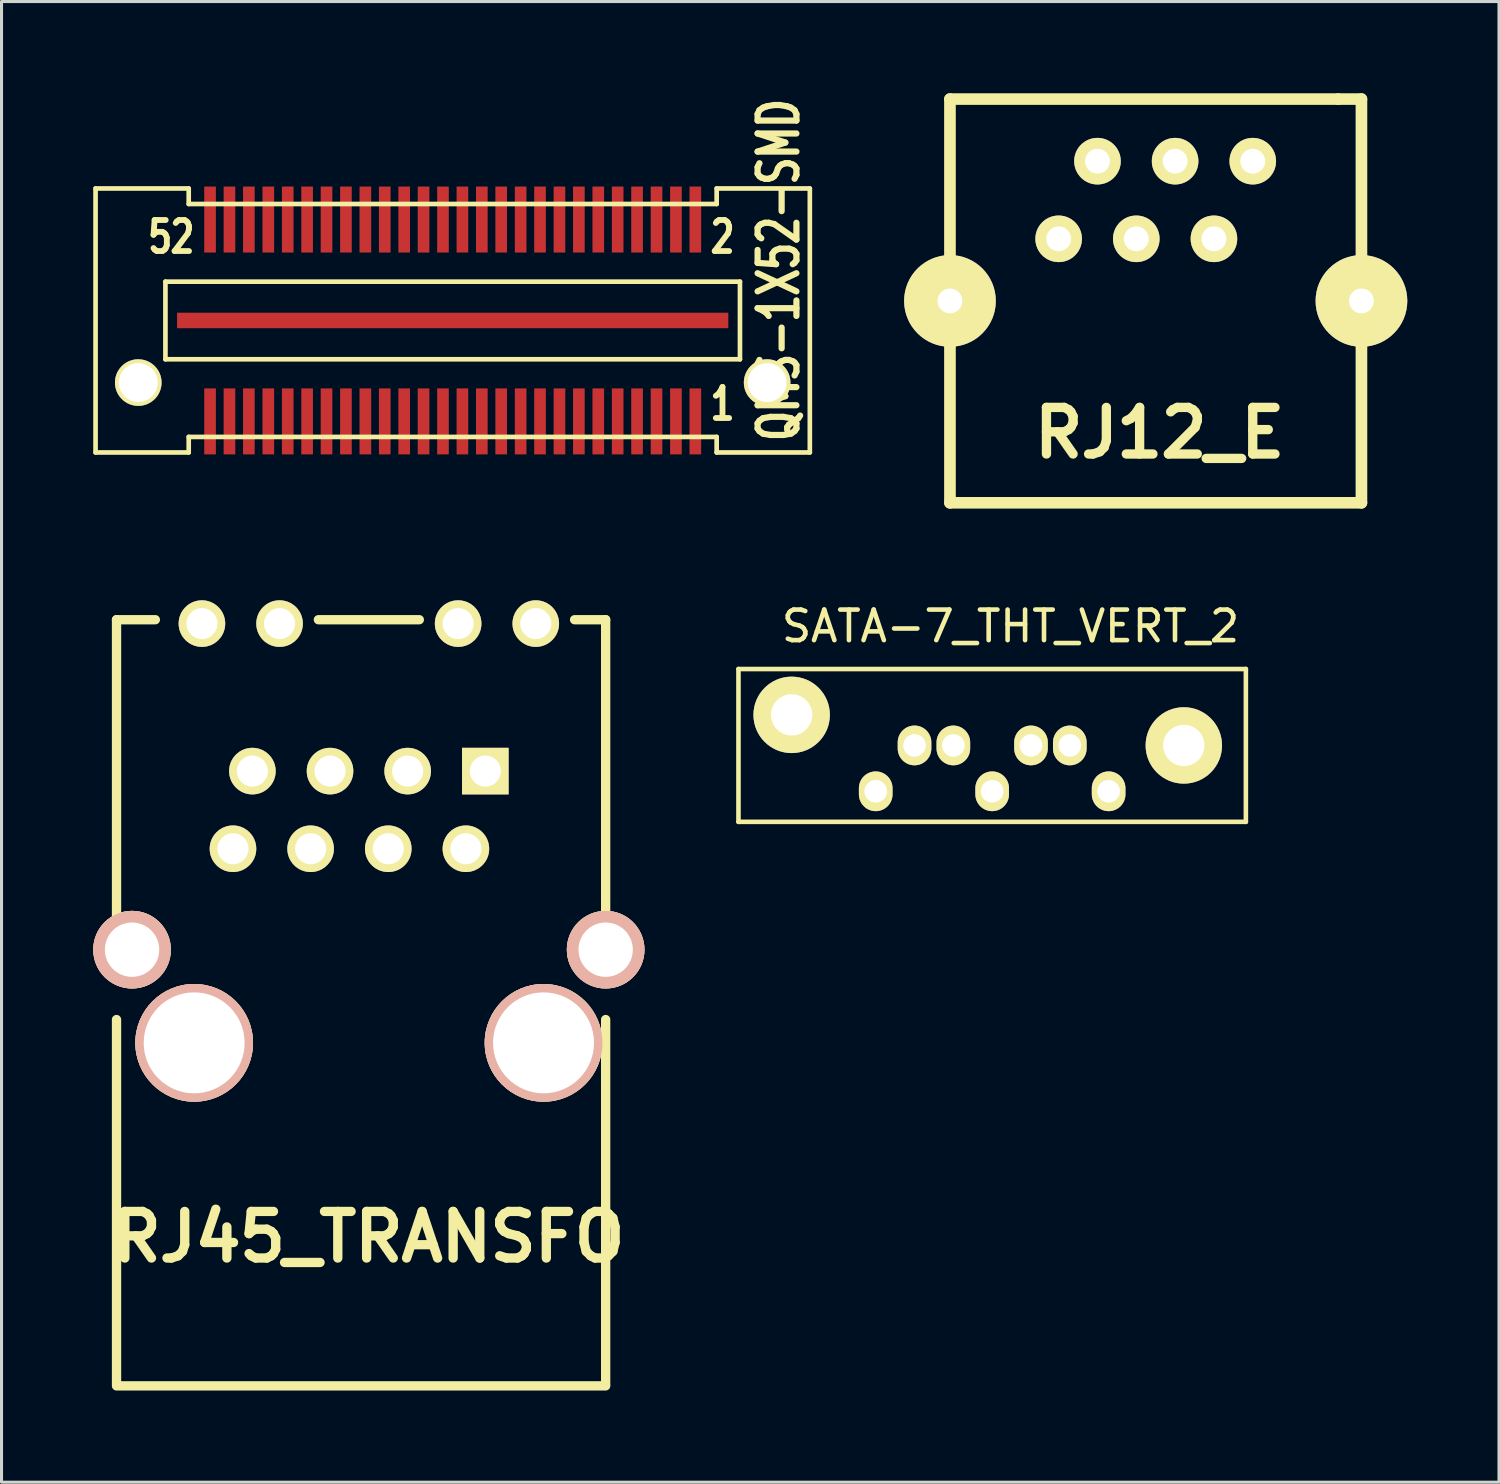
<source format=kicad_pcb>
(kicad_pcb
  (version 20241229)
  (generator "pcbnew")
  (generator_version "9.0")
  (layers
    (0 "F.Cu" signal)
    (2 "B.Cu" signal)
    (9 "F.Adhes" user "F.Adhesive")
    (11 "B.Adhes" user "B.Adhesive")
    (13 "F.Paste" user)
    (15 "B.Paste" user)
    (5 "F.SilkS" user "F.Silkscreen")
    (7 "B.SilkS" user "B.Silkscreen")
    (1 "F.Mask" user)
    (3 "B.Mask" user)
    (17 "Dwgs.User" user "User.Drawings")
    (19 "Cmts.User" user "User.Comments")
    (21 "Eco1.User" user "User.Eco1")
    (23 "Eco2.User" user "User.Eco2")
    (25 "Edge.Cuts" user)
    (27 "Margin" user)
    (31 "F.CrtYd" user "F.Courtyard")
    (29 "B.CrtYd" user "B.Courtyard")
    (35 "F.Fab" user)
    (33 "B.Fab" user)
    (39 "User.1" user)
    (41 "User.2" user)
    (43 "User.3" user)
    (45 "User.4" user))
  (footprint "RJ45_TRANSFO"
    (layer "F.Cu")
    (at 12.827 22.177)
    (property "Reference" "RJ45_TRANSFO" (at -3.81 15.24 0) (layer "F.SilkS") (effects (font (size 1.524 1.524) (thickness 0.305))))
    (attr through_hole)
    (fp_line (start -12.065 -4.953) (end -10.795 -4.953) (stroke (width 0.305) (type solid)) (layer "F.SilkS"))
    (fp_line (start -12.065 4.953) (end -12.065 -4.953) (stroke (width 0.305) (type solid)) (layer "F.SilkS"))
    (fp_line (start -12.065 20.066) (end -12.065 8.128) (stroke (width 0.305) (type solid)) (layer "F.SilkS"))
    (fp_line (start -12.065 20.112) (end 3.937 20.112) (stroke (width 0.305) (type solid)) (layer "F.SilkS"))
    (fp_line (start -5.461 -4.953) (end -2.159 -4.953) (stroke (width 0.305) (type solid)) (layer "F.SilkS"))
    (fp_line (start 3.937 -4.953) (end 2.921 -4.953) (stroke (width 0.305) (type solid)) (layer "F.SilkS"))
    (fp_line (start 3.937 4.953) (end 3.937 -4.953) (stroke (width 0.305) (type solid)) (layer "F.SilkS"))
    (fp_line (start 3.937 20.066) (end 3.937 8.128) (stroke (width 0.305) (type solid)) (layer "F.SilkS"))
    (pad "1" thru_hole rect (at 0 0) (size 1.524 1.524) (drill 1.016) (layers "*.Cu" "*.Mask" "F.SilkS"))
    (pad "2" thru_hole circle (at -0.635 2.54) (size 1.524 1.524) (drill 1.016) (layers "*.Cu" "*.Mask" "F.SilkS"))
    (pad "3" thru_hole circle (at -2.54 0) (size 1.524 1.524) (drill 1.016) (layers "*.Cu" "*.Mask" "F.SilkS"))
    (pad "4" thru_hole circle (at -3.175 2.54) (size 1.524 1.524) (drill 1.016) (layers "*.Cu" "*.Mask" "F.SilkS"))
    (pad "5" thru_hole circle (at -5.08 0) (size 1.524 1.524) (drill 1.016) (layers "*.Cu" "*.Mask" "F.SilkS"))
    (pad "6" thru_hole circle (at -5.715 2.54) (size 1.524 1.524) (drill 1.016) (layers "*.Cu" "*.Mask" "F.SilkS"))
    (pad "7" thru_hole circle (at -7.62 0) (size 1.524 1.524) (drill 1.016) (layers "*.Cu" "*.Mask" "F.SilkS"))
    (pad "8" thru_hole circle (at -8.255 2.54) (size 1.524 1.524) (drill 1.016) (layers "*.Cu" "*.Mask" "F.SilkS"))
    (pad "13" thru_hole circle (at -11.557 5.842) (size 2.54 2.54) (drill 1.778) (layers "*.Cu" "*.SilkS" "*.Mask"))
    (pad "13" thru_hole circle (at 3.937 5.842) (size 2.54 2.54) (drill 1.778) (layers "*.Cu" "*.SilkS" "*.Mask"))
    (pad "GA" thru_hole circle (at -0.889 -4.826) (size 1.524 1.524) (drill 1.016) (layers "*.Cu" "*.Mask" "F.SilkS"))
    (pad "GK" thru_hole circle (at 1.651 -4.826) (size 1.524 1.524) (drill 1.016) (layers "*.Cu" "*.Mask" "F.SilkS"))
    (pad "Hole" thru_hole circle (at -9.525 8.89) (size 3.851 3.851) (drill 3.302) (layers "*.Cu" "*.SilkS" "*.Mask"))
    (pad "Hole" thru_hole circle (at 1.905 8.89) (size 3.851 3.851) (drill 3.302) (layers "*.Cu" "*.SilkS" "*.Mask"))
    (pad "YA" thru_hole circle (at -9.271 -4.826) (size 1.524 1.524) (drill 1.016) (layers "*.Cu" "*.Mask" "F.SilkS"))
    (pad "YK" thru_hole circle (at -6.731 -4.826) (size 1.524 1.524) (drill 1.016) (layers "*.Cu" "*.Mask" "F.SilkS")))
  (footprint "QMS-1X52-SMD"
    (layer "F.Cu")
    (at 11.76 7.434)
    (property "Reference" "QMS-1X52-SMD" (at 10.668 -1.651 90) (layer "F.SilkS") (effects (font (size 1.27 0.889) (thickness 0.203))))
    (attr smd)
    (fp_line (start -11.684 4.318) (end -11.684 -4.318) (stroke (width 0.152) (type solid)) (layer "F.SilkS"))
    (fp_line (start -9.398 -1.27) (end 9.398 -1.27) (stroke (width 0.152) (type solid)) (layer "F.SilkS"))
    (fp_line (start -9.398 1.27) (end -9.398 -1.27) (stroke (width 0.152) (type solid)) (layer "F.SilkS"))
    (fp_line (start -8.636 -4.318) (end -11.684 -4.318) (stroke (width 0.152) (type solid)) (layer "F.SilkS"))
    (fp_line (start -8.636 -4.318) (end -8.636 -3.81) (stroke (width 0.152) (type solid)) (layer "F.SilkS"))
    (fp_line (start -8.636 -3.81) (end 8.636 -3.81) (stroke (width 0.152) (type solid)) (layer "F.SilkS"))
    (fp_line (start -8.636 3.81) (end -8.636 4.318) (stroke (width 0.152) (type solid)) (layer "F.SilkS"))
    (fp_line (start -8.636 4.318) (end -11.684 4.318) (stroke (width 0.152) (type solid)) (layer "F.SilkS"))
    (fp_line (start 8.636 -4.318) (end 11.684 -4.318) (stroke (width 0.152) (type solid)) (layer "F.SilkS"))
    (fp_line (start 8.636 -3.81) (end 8.636 -4.318) (stroke (width 0.152) (type solid)) (layer "F.SilkS"))
    (fp_line (start 8.636 3.81) (end -8.636 3.81) (stroke (width 0.152) (type solid)) (layer "F.SilkS"))
    (fp_line (start 8.636 4.318) (end 8.636 3.81) (stroke (width 0.152) (type solid)) (layer "F.SilkS"))
    (fp_line (start 9.398 -1.27) (end 9.398 1.27) (stroke (width 0.152) (type solid)) (layer "F.SilkS"))
    (fp_line (start 9.398 1.27) (end -9.398 1.27) (stroke (width 0.152) (type solid)) (layer "F.SilkS"))
    (fp_line (start 11.684 -4.318) (end 11.684 4.318) (stroke (width 0.152) (type solid)) (layer "F.SilkS"))
    (fp_line (start 11.684 4.318) (end 8.636 4.318) (stroke (width 0.152) (type solid)) (layer "F.SilkS"))
    (fp_text user "2" (at 8.826 -2.731 0) (layer "F.SilkS") (effects (font (size 1.016 0.762) (thickness 0.191))))
    (fp_text user "52" (at -9.207 -2.731 0) (layer "F.SilkS") (effects (font (size 1.016 0.762) (thickness 0.191))))
    (fp_text user "1" (at 8.826 2.731 0) (layer "F.SilkS") (effects (font (size 1.016 0.762) (thickness 0.191))))
    (pad "" thru_hole circle (at -10.287 2.032) (size 1.524 1.524) (drill 1.27) (layers "*.Cu" "*.Mask" "F.SilkS"))
    (pad "" thru_hole circle (at 10.287 2.032) (size 1.524 1.524) (drill 1.27) (layers "*.Cu" "*.Mask" "F.SilkS"))
    (pad "1" smd rect (at 7.938 3.302) (size 0.381 2.159) (layers "F.Cu" "F.Mask" "F.Paste"))
    (pad "2" smd rect (at 7.938 -3.302) (size 0.381 2.159) (layers "F.Cu" "F.Mask" "F.Paste"))
    (pad "3" smd rect (at 7.303 3.302) (size 0.381 2.159) (layers "F.Cu" "F.Mask" "F.Paste"))
    (pad "4" smd rect (at 7.303 -3.302) (size 0.381 2.159) (layers "F.Cu" "F.Mask" "F.Paste"))
    (pad "5" smd rect (at 6.668 3.302) (size 0.381 2.159) (layers "F.Cu" "F.Mask" "F.Paste"))
    (pad "6" smd rect (at 6.668 -3.302) (size 0.381 2.159) (layers "F.Cu" "F.Mask" "F.Paste"))
    (pad "7" smd rect (at 6.032 3.302) (size 0.381 2.159) (layers "F.Cu" "F.Mask" "F.Paste"))
    (pad "8" smd rect (at 6.032 -3.302) (size 0.381 2.159) (layers "F.Cu" "F.Mask" "F.Paste"))
    (pad "9" smd rect (at 5.397 3.302) (size 0.381 2.159) (layers "F.Cu" "F.Mask" "F.Paste"))
    (pad "10" smd rect (at 5.397 -3.302) (size 0.381 2.159) (layers "F.Cu" "F.Mask" "F.Paste"))
    (pad "11" smd rect (at 4.763 3.302) (size 0.381 2.159) (layers "F.Cu" "F.Mask" "F.Paste"))
    (pad "12" smd rect (at 4.763 -3.302) (size 0.381 2.159) (layers "F.Cu" "F.Mask" "F.Paste"))
    (pad "13" smd rect (at 4.128 3.302) (size 0.381 2.159) (layers "F.Cu" "F.Mask" "F.Paste"))
    (pad "14" smd rect (at 4.128 -3.302) (size 0.381 2.159) (layers "F.Cu" "F.Mask" "F.Paste"))
    (pad "15" smd rect (at 3.493 3.302) (size 0.381 2.159) (layers "F.Cu" "F.Mask" "F.Paste"))
    (pad "16" smd rect (at 3.493 -3.302) (size 0.381 2.159) (layers "F.Cu" "F.Mask" "F.Paste"))
    (pad "17" smd rect (at 2.857 3.302) (size 0.381 2.159) (layers "F.Cu" "F.Mask" "F.Paste"))
    (pad "18" smd rect (at 2.857 -3.302) (size 0.381 2.159) (layers "F.Cu" "F.Mask" "F.Paste"))
    (pad "19" smd rect (at 2.223 3.302) (size 0.381 2.159) (layers "F.Cu" "F.Mask" "F.Paste"))
    (pad "20" smd rect (at 2.223 -3.302) (size 0.381 2.159) (layers "F.Cu" "F.Mask" "F.Paste"))
    (pad "21" smd rect (at 1.587 3.302) (size 0.381 2.159) (layers "F.Cu" "F.Mask" "F.Paste"))
    (pad "22" smd rect (at 1.587 -3.302) (size 0.381 2.159) (layers "F.Cu" "F.Mask" "F.Paste"))
    (pad "23" smd rect (at 0.953 3.302) (size 0.381 2.159) (layers "F.Cu" "F.Mask" "F.Paste"))
    (pad "24" smd rect (at 0.953 -3.302) (size 0.381 2.159) (layers "F.Cu" "F.Mask" "F.Paste"))
    (pad "25" smd rect (at 0.318 3.302) (size 0.381 2.159) (layers "F.Cu" "F.Mask" "F.Paste"))
    (pad "26" smd rect (at 0.318 -3.302) (size 0.381 2.159) (layers "F.Cu" "F.Mask" "F.Paste"))
    (pad "27" smd rect (at -0.318 3.302) (size 0.381 2.159) (layers "F.Cu" "F.Mask" "F.Paste"))
    (pad "28" smd rect (at -0.318 -3.302) (size 0.381 2.159) (layers "F.Cu" "F.Mask" "F.Paste"))
    (pad "29" smd rect (at -0.953 3.302) (size 0.381 2.159) (layers "F.Cu" "F.Mask" "F.Paste"))
    (pad "30" smd rect (at -0.953 -3.302) (size 0.381 2.159) (layers "F.Cu" "F.Mask" "F.Paste"))
    (pad "31" smd rect (at -1.587 3.302) (size 0.381 2.159) (layers "F.Cu" "F.Mask" "F.Paste"))
    (pad "32" smd rect (at -1.587 -3.302) (size 0.381 2.159) (layers "F.Cu" "F.Mask" "F.Paste"))
    (pad "33" smd rect (at -2.223 3.302) (size 0.381 2.159) (layers "F.Cu" "F.Mask" "F.Paste"))
    (pad "34" smd rect (at -2.223 -3.302) (size 0.381 2.159) (layers "F.Cu" "F.Mask" "F.Paste"))
    (pad "35" smd rect (at -2.857 3.302) (size 0.381 2.159) (layers "F.Cu" "F.Mask" "F.Paste"))
    (pad "36" smd rect (at -2.857 -3.302) (size 0.381 2.159) (layers "F.Cu" "F.Mask" "F.Paste"))
    (pad "37" smd rect (at -3.493 3.302) (size 0.381 2.159) (layers "F.Cu" "F.Mask" "F.Paste"))
    (pad "38" smd rect (at -3.493 -3.302) (size 0.381 2.159) (layers "F.Cu" "F.Mask" "F.Paste"))
    (pad "39" smd rect (at -4.128 3.302) (size 0.381 2.159) (layers "F.Cu" "F.Mask" "F.Paste"))
    (pad "40" smd rect (at -4.128 -3.302) (size 0.381 2.159) (layers "F.Cu" "F.Mask" "F.Paste"))
    (pad "41" smd rect (at -4.763 3.302) (size 0.381 2.159) (layers "F.Cu" "F.Mask" "F.Paste"))
    (pad "42" smd rect (at -4.763 -3.302) (size 0.381 2.159) (layers "F.Cu" "F.Mask" "F.Paste"))
    (pad "43" smd rect (at -5.397 3.302) (size 0.381 2.159) (layers "F.Cu" "F.Mask" "F.Paste"))
    (pad "44" smd rect (at -5.397 -3.302) (size 0.381 2.159) (layers "F.Cu" "F.Mask" "F.Paste"))
    (pad "45" smd rect (at -6.032 3.302) (size 0.381 2.159) (layers "F.Cu" "F.Mask" "F.Paste"))
    (pad "46" smd rect (at -6.032 -3.302) (size 0.381 2.159) (layers "F.Cu" "F.Mask" "F.Paste"))
    (pad "47" smd rect (at -6.668 3.302) (size 0.381 2.159) (layers "F.Cu" "F.Mask" "F.Paste"))
    (pad "48" smd rect (at -6.668 -3.302) (size 0.381 2.159) (layers "F.Cu" "F.Mask" "F.Paste"))
    (pad "49" smd rect (at -7.303 3.302) (size 0.381 2.159) (layers "F.Cu" "F.Mask" "F.Paste"))
    (pad "50" smd rect (at -7.303 -3.302) (size 0.381 2.159) (layers "F.Cu" "F.Mask" "F.Paste"))
    (pad "51" smd rect (at -7.938 3.302) (size 0.381 2.159) (layers "F.Cu" "F.Mask" "F.Paste"))
    (pad "52" smd rect (at -7.938 -3.302) (size 0.381 2.159) (layers "F.Cu" "F.Mask" "F.Paste"))
    (pad "53" smd rect (at 0 0) (size 18.034 0.508) (layers "F.Cu" "F.Mask" "F.Paste")))
  (footprint "RJ12_E"
    (layer "F.Cu")
    (at 34.886 11.113)
    (property "Reference" "RJ12_E" (at 0 0 0) (layer "F.SilkS") (effects (font (size 1.524 1.524) (thickness 0.305))))
    (attr through_hole)
    (fp_line (start -6.858 -10.922) (end -6.858 2.286) (stroke (width 0.381) (type solid)) (layer "F.SilkS"))
    (fp_line (start -6.858 -10.922) (end 5.842 -10.922) (stroke (width 0.381) (type solid)) (layer "F.SilkS"))
    (fp_line (start -6.858 2.286) (end 6.604 2.286) (stroke (width 0.381) (type solid)) (layer "F.SilkS"))
    (fp_line (start 5.842 -10.922) (end 6.604 -10.922) (stroke (width 0.381) (type solid)) (layer "F.SilkS"))
    (fp_line (start 6.604 -10.922) (end 6.604 2.286) (stroke (width 0.381) (type solid)) (layer "F.SilkS"))
    (pad "1" thru_hole circle (at -3.302 -6.35) (size 1.524 1.524) (drill 0.813) (layers "*.Cu" "*.Mask" "F.SilkS"))
    (pad "2" thru_hole circle (at -2.032 -8.89) (size 1.524 1.524) (drill 0.813) (layers "*.Cu" "*.Mask" "F.SilkS"))
    (pad "3" thru_hole circle (at -0.762 -6.35) (size 1.524 1.524) (drill 0.813) (layers "*.Cu" "*.Mask" "F.SilkS"))
    (pad "4" thru_hole circle (at 0.508 -8.89) (size 1.524 1.524) (drill 0.813) (layers "*.Cu" "*.Mask" "F.SilkS"))
    (pad "5" thru_hole circle (at 1.778 -6.35) (size 1.524 1.524) (drill 0.813) (layers "*.Cu" "*.Mask" "F.SilkS"))
    (pad "6" thru_hole circle (at 3.048 -8.89) (size 1.524 1.524) (drill 0.813) (layers "*.Cu" "*.Mask" "F.SilkS"))
    (pad "7" thru_hole circle (at -6.858 -4.318) (size 3 3) (drill 0.813) (layers "*.Cu" "*.Mask" "F.SilkS"))
    (pad "8" thru_hole circle (at 6.604 -4.318) (size 3 3) (drill 0.813) (layers "*.Cu" "*.Mask" "F.SilkS")))
  (footprint "SATA-7_THT_VERT_2"
    (layer "F.Cu")
    (at 29.409 21.337)
    (property "Reference" "SATA-7_THT_VERT_2" (at 0.6 -3.9 0) (layer "F.SilkS") (effects (font (size 1 1) (thickness 0.15))))
    (attr through_hole)
    (fp_line (start -8.3 -2.5) (end 8.3 -2.5) (stroke (width 0.15) (type solid)) (layer "F.SilkS"))
    (fp_line (start -8.3 2.5) (end -8.3 -2.5) (stroke (width 0.15) (type solid)) (layer "F.SilkS"))
    (fp_line (start 8.3 -2.5) (end 8.3 2.5) (stroke (width 0.15) (type solid)) (layer "F.SilkS"))
    (fp_line (start 8.3 2.5) (end -8.3 2.5) (stroke (width 0.15) (type solid)) (layer "F.SilkS"))
    (pad "1" thru_hole oval (at 3.81 1.5) (size 1.1 1.3) (drill 0.74) (layers "*.Cu" "*.Mask" "F.SilkS"))
    (pad "2" thru_hole oval (at 2.54 0) (size 1.1 1.3) (drill 0.74) (layers "*.Cu" "*.Mask" "F.SilkS"))
    (pad "3" thru_hole oval (at 1.27 0) (size 1.1 1.3) (drill 0.74) (layers "*.Cu" "*.Mask" "F.SilkS"))
    (pad "4" thru_hole oval (at 0 1.5) (size 1.1 1.3) (drill 0.74) (layers "*.Cu" "*.Mask" "F.SilkS"))
    (pad "5" thru_hole oval (at -1.27 0) (size 1.1 1.3) (drill 0.74) (layers "*.Cu" "*.Mask" "F.SilkS"))
    (pad "6" thru_hole oval (at -2.54 0) (size 1.1 1.3) (drill 0.74) (layers "*.Cu" "*.Mask" "F.SilkS"))
    (pad "7" thru_hole oval (at -3.81 1.5) (size 1.1 1.3) (drill 0.74) (layers "*.Cu" "*.Mask" "F.SilkS"))
    (pad "8" thru_hole circle (at -6.56 -1) (size 2.5 2.5) (drill 1.35) (layers "*.Cu" "*.Mask" "F.SilkS"))
    (pad "9" thru_hole circle (at 6.27 0) (size 2.5 2.5) (drill 1.35) (layers "*.Cu" "*.Mask" "F.SilkS")))
  (gr_rect
    (start -3 -3)
    (end 45.99 45.441)
    (stroke (width 0.1) (type default))
    (fill no)
    (layer "Edge.Cuts")))
</source>
